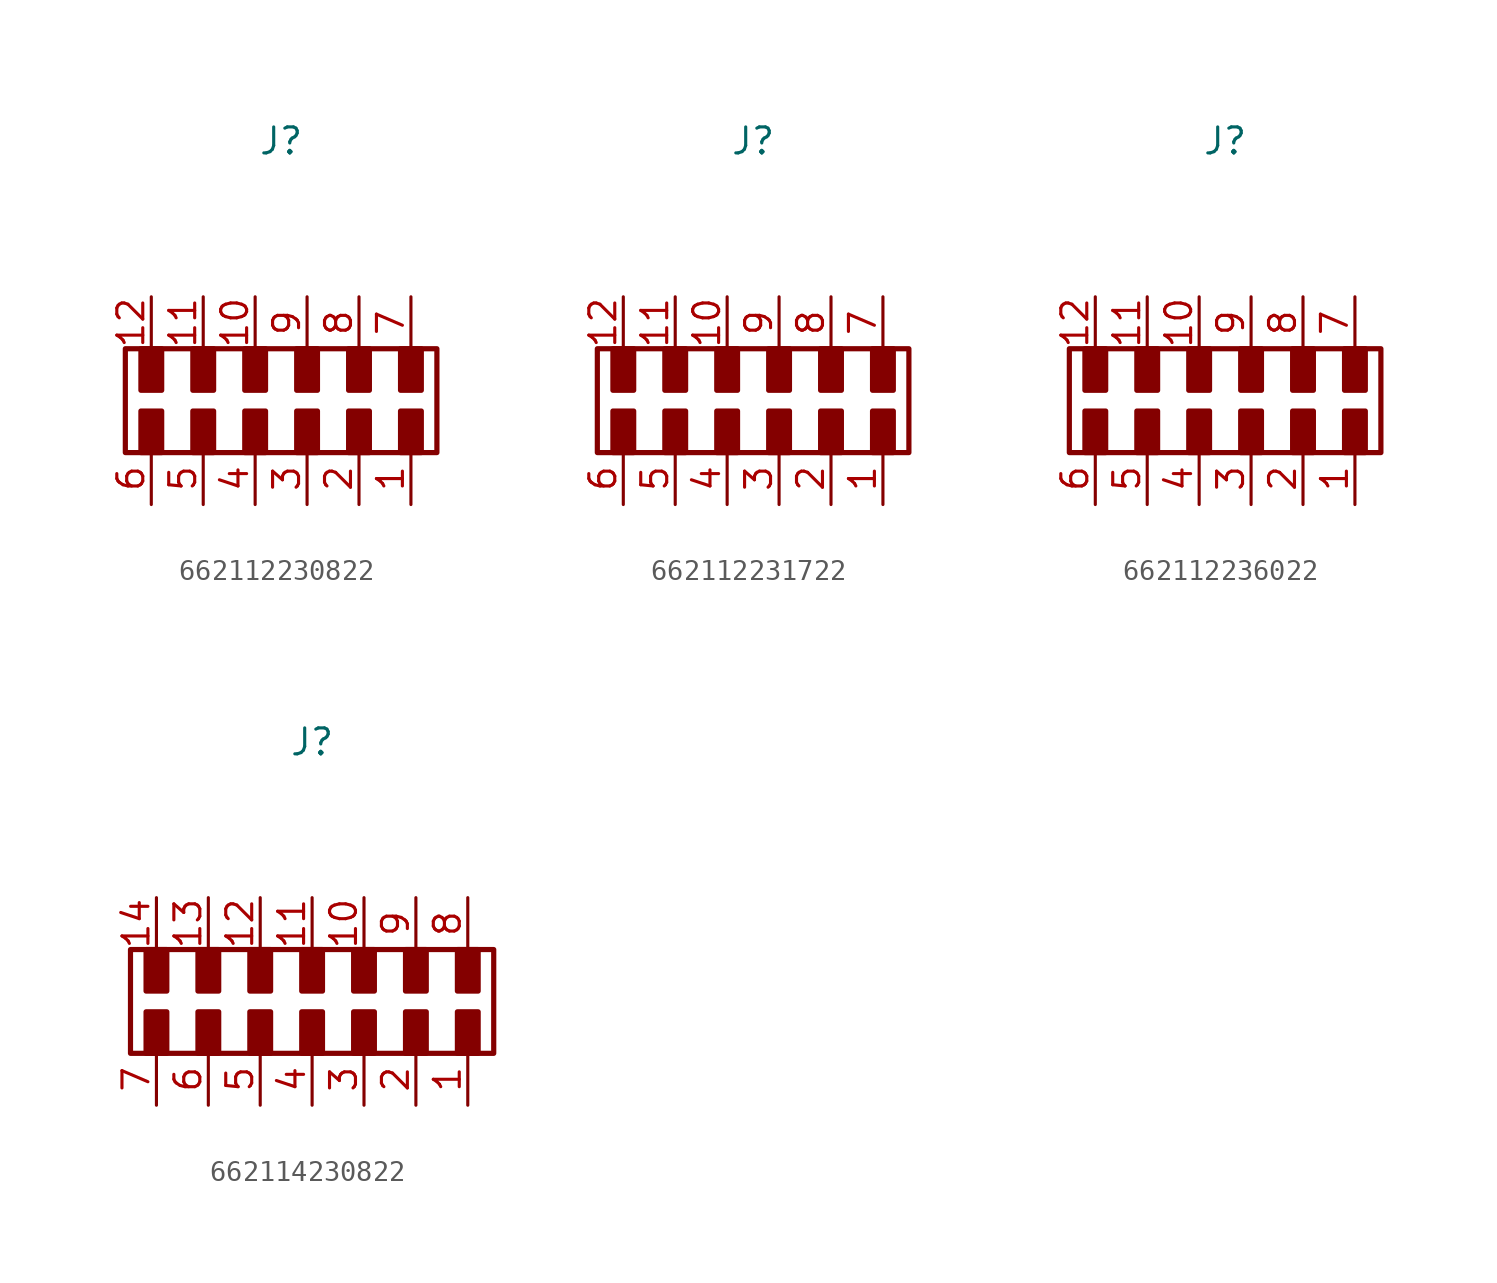
<source format=kicad_sym>
(kicad_symbol_lib
  (version 20241209)
  (generator "kicad_symbol_editor")
  (generator_version "9.0")
  (symbol "662112230822"
    (pin_names
      (hide yes))
    (property "Reference" "J"
      (at 0 12.7 0)
      (effects (font (size 1.27 1.27))))
    (symbol "662112230822_1_1"
      (rectangle (start -7.62 2.54) (end 7.62 -2.54) (stroke (width 0.254) (type solid)) (fill (type none)))
      (rectangle (start -6.858 2.54) (end -5.842 0.508) (stroke (width 0.254) (type solid)) (fill (type outline)))
      (rectangle (start -6.858 -0.508) (end -5.842 -2.54) (stroke (width 0.254) (type solid)) (fill (type outline)))
      (rectangle (start -4.318 2.54) (end -3.302 0.508) (stroke (width 0.254) (type solid)) (fill (type outline)))
      (rectangle (start -4.318 -0.508) (end -3.302 -2.54) (stroke (width 0.254) (type solid)) (fill (type outline)))
      (rectangle (start -1.778 2.54) (end -0.762 0.508) (stroke (width 0.254) (type solid)) (fill (type outline)))
      (rectangle (start -1.778 -0.508) (end -0.762 -2.54) (stroke (width 0.254) (type solid)) (fill (type outline)))
      (rectangle (start 0.762 2.54) (end 1.778 0.508) (stroke (width 0.254) (type solid)) (fill (type outline)))
      (rectangle (start 0.762 -0.508) (end 1.778 -2.54) (stroke (width 0.254) (type solid)) (fill (type outline)))
      (rectangle (start 3.302 2.54) (end 4.318 0.508) (stroke (width 0.254) (type solid)) (fill (type outline)))
      (rectangle (start 3.302 -0.508) (end 4.318 -2.54) (stroke (width 0.254) (type solid)) (fill (type outline)))
      (rectangle (start 5.842 2.54) (end 6.858 0.508) (stroke (width 0.254) (type solid)) (fill (type outline)))
      (rectangle (start 5.842 -0.508) (end 6.858 -2.54) (stroke (width 0.254) (type solid)) (fill (type outline)))
      (pin passive line (at -6.35 5.08 270) (length 2.54) (name "12" (effects (font (size 1.27 1.27)))) (number "12" (effects (font (size 1.27 1.27)))))
      (pin passive line (at -6.35 -5.08 90) (length 2.54) (name "6" (effects (font (size 1.27 1.27)))) (number "6" (effects (font (size 1.27 1.27)))))
      (pin passive line (at -3.81 5.08 270) (length 2.54) (name "11" (effects (font (size 1.27 1.27)))) (number "11" (effects (font (size 1.27 1.27)))))
      (pin passive line (at -3.81 -5.08 90) (length 2.54) (name "5" (effects (font (size 1.27 1.27)))) (number "5" (effects (font (size 1.27 1.27)))))
      (pin passive line (at -1.27 5.08 270) (length 2.54) (name "10" (effects (font (size 1.27 1.27)))) (number "10" (effects (font (size 1.27 1.27)))))
      (pin passive line (at -1.27 -5.08 90) (length 2.54) (name "4" (effects (font (size 1.27 1.27)))) (number "4" (effects (font (size 1.27 1.27)))))
      (pin passive line (at 1.27 5.08 270) (length 2.54) (name "9" (effects (font (size 1.27 1.27)))) (number "9" (effects (font (size 1.27 1.27)))))
      (pin passive line (at 1.27 -5.08 90) (length 2.54) (name "3" (effects (font (size 1.27 1.27)))) (number "3" (effects (font (size 1.27 1.27)))))
      (pin passive line (at 3.81 5.08 270) (length 2.54) (name "8" (effects (font (size 1.27 1.27)))) (number "8" (effects (font (size 1.27 1.27)))))
      (pin passive line (at 3.81 -5.08 90) (length 2.54) (name "2" (effects (font (size 1.27 1.27)))) (number "2" (effects (font (size 1.27 1.27)))))
      (pin passive line (at 6.35 5.08 270) (length 2.54) (name "7" (effects (font (size 1.27 1.27)))) (number "7" (effects (font (size 1.27 1.27)))))
      (pin passive line (at 6.35 -5.08 90) (length 2.54) (name "1" (effects (font (size 1.27 1.27)))) (number "1" (effects (font (size 1.27 1.27)))))))
  (symbol "662112231722"
    (pin_names
      (hide yes))
    (property "Reference" "J"
      (at 0 12.7 0)
      (effects (font (size 1.27 1.27))))
    (symbol "662112231722_1_1"
      (rectangle (start -7.62 2.54) (end 7.62 -2.54) (stroke (width 0.254) (type solid)) (fill (type none)))
      (rectangle (start -6.858 2.54) (end -5.842 0.508) (stroke (width 0.254) (type solid)) (fill (type outline)))
      (rectangle (start -6.858 -0.508) (end -5.842 -2.54) (stroke (width 0.254) (type solid)) (fill (type outline)))
      (rectangle (start -4.318 2.54) (end -3.302 0.508) (stroke (width 0.254) (type solid)) (fill (type outline)))
      (rectangle (start -4.318 -0.508) (end -3.302 -2.54) (stroke (width 0.254) (type solid)) (fill (type outline)))
      (rectangle (start -1.778 2.54) (end -0.762 0.508) (stroke (width 0.254) (type solid)) (fill (type outline)))
      (rectangle (start -1.778 -0.508) (end -0.762 -2.54) (stroke (width 0.254) (type solid)) (fill (type outline)))
      (rectangle (start 0.762 2.54) (end 1.778 0.508) (stroke (width 0.254) (type solid)) (fill (type outline)))
      (rectangle (start 0.762 -0.508) (end 1.778 -2.54) (stroke (width 0.254) (type solid)) (fill (type outline)))
      (rectangle (start 3.302 2.54) (end 4.318 0.508) (stroke (width 0.254) (type solid)) (fill (type outline)))
      (rectangle (start 3.302 -0.508) (end 4.318 -2.54) (stroke (width 0.254) (type solid)) (fill (type outline)))
      (rectangle (start 5.842 2.54) (end 6.858 0.508) (stroke (width 0.254) (type solid)) (fill (type outline)))
      (rectangle (start 5.842 -0.508) (end 6.858 -2.54) (stroke (width 0.254) (type solid)) (fill (type outline)))
      (pin passive line (at -6.35 5.08 270) (length 2.54) (name "12" (effects (font (size 1.27 1.27)))) (number "12" (effects (font (size 1.27 1.27)))))
      (pin passive line (at -6.35 -5.08 90) (length 2.54) (name "6" (effects (font (size 1.27 1.27)))) (number "6" (effects (font (size 1.27 1.27)))))
      (pin passive line (at -3.81 5.08 270) (length 2.54) (name "11" (effects (font (size 1.27 1.27)))) (number "11" (effects (font (size 1.27 1.27)))))
      (pin passive line (at -3.81 -5.08 90) (length 2.54) (name "5" (effects (font (size 1.27 1.27)))) (number "5" (effects (font (size 1.27 1.27)))))
      (pin passive line (at -1.27 5.08 270) (length 2.54) (name "10" (effects (font (size 1.27 1.27)))) (number "10" (effects (font (size 1.27 1.27)))))
      (pin passive line (at -1.27 -5.08 90) (length 2.54) (name "4" (effects (font (size 1.27 1.27)))) (number "4" (effects (font (size 1.27 1.27)))))
      (pin passive line (at 1.27 5.08 270) (length 2.54) (name "9" (effects (font (size 1.27 1.27)))) (number "9" (effects (font (size 1.27 1.27)))))
      (pin passive line (at 1.27 -5.08 90) (length 2.54) (name "3" (effects (font (size 1.27 1.27)))) (number "3" (effects (font (size 1.27 1.27)))))
      (pin passive line (at 3.81 5.08 270) (length 2.54) (name "8" (effects (font (size 1.27 1.27)))) (number "8" (effects (font (size 1.27 1.27)))))
      (pin passive line (at 3.81 -5.08 90) (length 2.54) (name "2" (effects (font (size 1.27 1.27)))) (number "2" (effects (font (size 1.27 1.27)))))
      (pin passive line (at 6.35 5.08 270) (length 2.54) (name "7" (effects (font (size 1.27 1.27)))) (number "7" (effects (font (size 1.27 1.27)))))
      (pin passive line (at 6.35 -5.08 90) (length 2.54) (name "1" (effects (font (size 1.27 1.27)))) (number "1" (effects (font (size 1.27 1.27)))))))
  (symbol "662112236022"
    (pin_names
      (hide yes))
    (property "Reference" "J"
      (at 0 12.7 0)
      (effects (font (size 1.27 1.27))))
    (symbol "662112236022_1_1"
      (rectangle (start -7.62 2.54) (end 7.62 -2.54) (stroke (width 0.254) (type solid)) (fill (type none)))
      (rectangle (start -6.858 2.54) (end -5.842 0.508) (stroke (width 0.254) (type solid)) (fill (type outline)))
      (rectangle (start -6.858 -0.508) (end -5.842 -2.54) (stroke (width 0.254) (type solid)) (fill (type outline)))
      (rectangle (start -4.318 2.54) (end -3.302 0.508) (stroke (width 0.254) (type solid)) (fill (type outline)))
      (rectangle (start -4.318 -0.508) (end -3.302 -2.54) (stroke (width 0.254) (type solid)) (fill (type outline)))
      (rectangle (start -1.778 2.54) (end -0.762 0.508) (stroke (width 0.254) (type solid)) (fill (type outline)))
      (rectangle (start -1.778 -0.508) (end -0.762 -2.54) (stroke (width 0.254) (type solid)) (fill (type outline)))
      (rectangle (start 0.762 2.54) (end 1.778 0.508) (stroke (width 0.254) (type solid)) (fill (type outline)))
      (rectangle (start 0.762 -0.508) (end 1.778 -2.54) (stroke (width 0.254) (type solid)) (fill (type outline)))
      (rectangle (start 3.302 2.54) (end 4.318 0.508) (stroke (width 0.254) (type solid)) (fill (type outline)))
      (rectangle (start 3.302 -0.508) (end 4.318 -2.54) (stroke (width 0.254) (type solid)) (fill (type outline)))
      (rectangle (start 5.842 2.54) (end 6.858 0.508) (stroke (width 0.254) (type solid)) (fill (type outline)))
      (rectangle (start 5.842 -0.508) (end 6.858 -2.54) (stroke (width 0.254) (type solid)) (fill (type outline)))
      (pin passive line (at -6.35 5.08 270) (length 2.54) (name "12" (effects (font (size 1.27 1.27)))) (number "12" (effects (font (size 1.27 1.27)))))
      (pin passive line (at -6.35 -5.08 90) (length 2.54) (name "6" (effects (font (size 1.27 1.27)))) (number "6" (effects (font (size 1.27 1.27)))))
      (pin passive line (at -3.81 5.08 270) (length 2.54) (name "11" (effects (font (size 1.27 1.27)))) (number "11" (effects (font (size 1.27 1.27)))))
      (pin passive line (at -3.81 -5.08 90) (length 2.54) (name "5" (effects (font (size 1.27 1.27)))) (number "5" (effects (font (size 1.27 1.27)))))
      (pin passive line (at -1.27 5.08 270) (length 2.54) (name "10" (effects (font (size 1.27 1.27)))) (number "10" (effects (font (size 1.27 1.27)))))
      (pin passive line (at -1.27 -5.08 90) (length 2.54) (name "4" (effects (font (size 1.27 1.27)))) (number "4" (effects (font (size 1.27 1.27)))))
      (pin passive line (at 1.27 5.08 270) (length 2.54) (name "9" (effects (font (size 1.27 1.27)))) (number "9" (effects (font (size 1.27 1.27)))))
      (pin passive line (at 1.27 -5.08 90) (length 2.54) (name "3" (effects (font (size 1.27 1.27)))) (number "3" (effects (font (size 1.27 1.27)))))
      (pin passive line (at 3.81 5.08 270) (length 2.54) (name "8" (effects (font (size 1.27 1.27)))) (number "8" (effects (font (size 1.27 1.27)))))
      (pin passive line (at 3.81 -5.08 90) (length 2.54) (name "2" (effects (font (size 1.27 1.27)))) (number "2" (effects (font (size 1.27 1.27)))))
      (pin passive line (at 6.35 5.08 270) (length 2.54) (name "7" (effects (font (size 1.27 1.27)))) (number "7" (effects (font (size 1.27 1.27)))))
      (pin passive line (at 6.35 -5.08 90) (length 2.54) (name "1" (effects (font (size 1.27 1.27)))) (number "1" (effects (font (size 1.27 1.27)))))))
  (symbol "662114230822"
    (pin_names
      (hide yes))
    (property "Reference" "J"
      (at 0 12.7 0)
      (effects (font (size 1.27 1.27))))
    (symbol "662114230822_1_1"
      (rectangle (start -8.89 2.54) (end 8.89 -2.54) (stroke (width 0.254) (type solid)) (fill (type none)))
      (rectangle (start -8.128 2.54) (end -7.112 0.508) (stroke (width 0.254) (type solid)) (fill (type outline)))
      (rectangle (start -8.128 -0.508) (end -7.112 -2.54) (stroke (width 0.254) (type solid)) (fill (type outline)))
      (rectangle (start -5.588 2.54) (end -4.572 0.508) (stroke (width 0.254) (type solid)) (fill (type outline)))
      (rectangle (start -5.588 -0.508) (end -4.572 -2.54) (stroke (width 0.254) (type solid)) (fill (type outline)))
      (rectangle (start -3.048 2.54) (end -2.032 0.508) (stroke (width 0.254) (type solid)) (fill (type outline)))
      (rectangle (start -3.048 -0.508) (end -2.032 -2.54) (stroke (width 0.254) (type solid)) (fill (type outline)))
      (rectangle (start -0.508 2.54) (end 0.508 0.508) (stroke (width 0.254) (type solid)) (fill (type outline)))
      (rectangle (start -0.508 -0.508) (end 0.508 -2.54) (stroke (width 0.254) (type solid)) (fill (type outline)))
      (rectangle (start 2.032 2.54) (end 3.048 0.508) (stroke (width 0.254) (type solid)) (fill (type outline)))
      (rectangle (start 2.032 -0.508) (end 3.048 -2.54) (stroke (width 0.254) (type solid)) (fill (type outline)))
      (rectangle (start 4.572 2.54) (end 5.588 0.508) (stroke (width 0.254) (type solid)) (fill (type outline)))
      (rectangle (start 4.572 -0.508) (end 5.588 -2.54) (stroke (width 0.254) (type solid)) (fill (type outline)))
      (rectangle (start 7.112 2.54) (end 8.128 0.508) (stroke (width 0.254) (type solid)) (fill (type outline)))
      (rectangle (start 7.112 -0.508) (end 8.128 -2.54) (stroke (width 0.254) (type solid)) (fill (type outline)))
      (pin passive line (at -7.62 5.08 270) (length 2.54) (name "14" (effects (font (size 1.27 1.27)))) (number "14" (effects (font (size 1.27 1.27)))))
      (pin passive line (at -7.62 -5.08 90) (length 2.54) (name "7" (effects (font (size 1.27 1.27)))) (number "7" (effects (font (size 1.27 1.27)))))
      (pin passive line (at -5.08 5.08 270) (length 2.54) (name "13" (effects (font (size 1.27 1.27)))) (number "13" (effects (font (size 1.27 1.27)))))
      (pin passive line (at -5.08 -5.08 90) (length 2.54) (name "6" (effects (font (size 1.27 1.27)))) (number "6" (effects (font (size 1.27 1.27)))))
      (pin passive line (at -2.54 5.08 270) (length 2.54) (name "12" (effects (font (size 1.27 1.27)))) (number "12" (effects (font (size 1.27 1.27)))))
      (pin passive line (at -2.54 -5.08 90) (length 2.54) (name "5" (effects (font (size 1.27 1.27)))) (number "5" (effects (font (size 1.27 1.27)))))
      (pin passive line (at 0 5.08 270) (length 2.54) (name "11" (effects (font (size 1.27 1.27)))) (number "11" (effects (font (size 1.27 1.27)))))
      (pin passive line (at 0 -5.08 90) (length 2.54) (name "4" (effects (font (size 1.27 1.27)))) (number "4" (effects (font (size 1.27 1.27)))))
      (pin passive line (at 2.54 5.08 270) (length 2.54) (name "10" (effects (font (size 1.27 1.27)))) (number "10" (effects (font (size 1.27 1.27)))))
      (pin passive line (at 2.54 -5.08 90) (length 2.54) (name "3" (effects (font (size 1.27 1.27)))) (number "3" (effects (font (size 1.27 1.27)))))
      (pin passive line (at 5.08 5.08 270) (length 2.54) (name "9" (effects (font (size 1.27 1.27)))) (number "9" (effects (font (size 1.27 1.27)))))
      (pin passive line (at 5.08 -5.08 90) (length 2.54) (name "2" (effects (font (size 1.27 1.27)))) (number "2" (effects (font (size 1.27 1.27)))))
      (pin passive line (at 7.62 5.08 270) (length 2.54) (name "8" (effects (font (size 1.27 1.27)))) (number "8" (effects (font (size 1.27 1.27)))))
      (pin passive line (at 7.62 -5.08 90) (length 2.54) (name "1" (effects (font (size 1.27 1.27)))) (number "1" (effects (font (size 1.27 1.27))))))))
</source>
